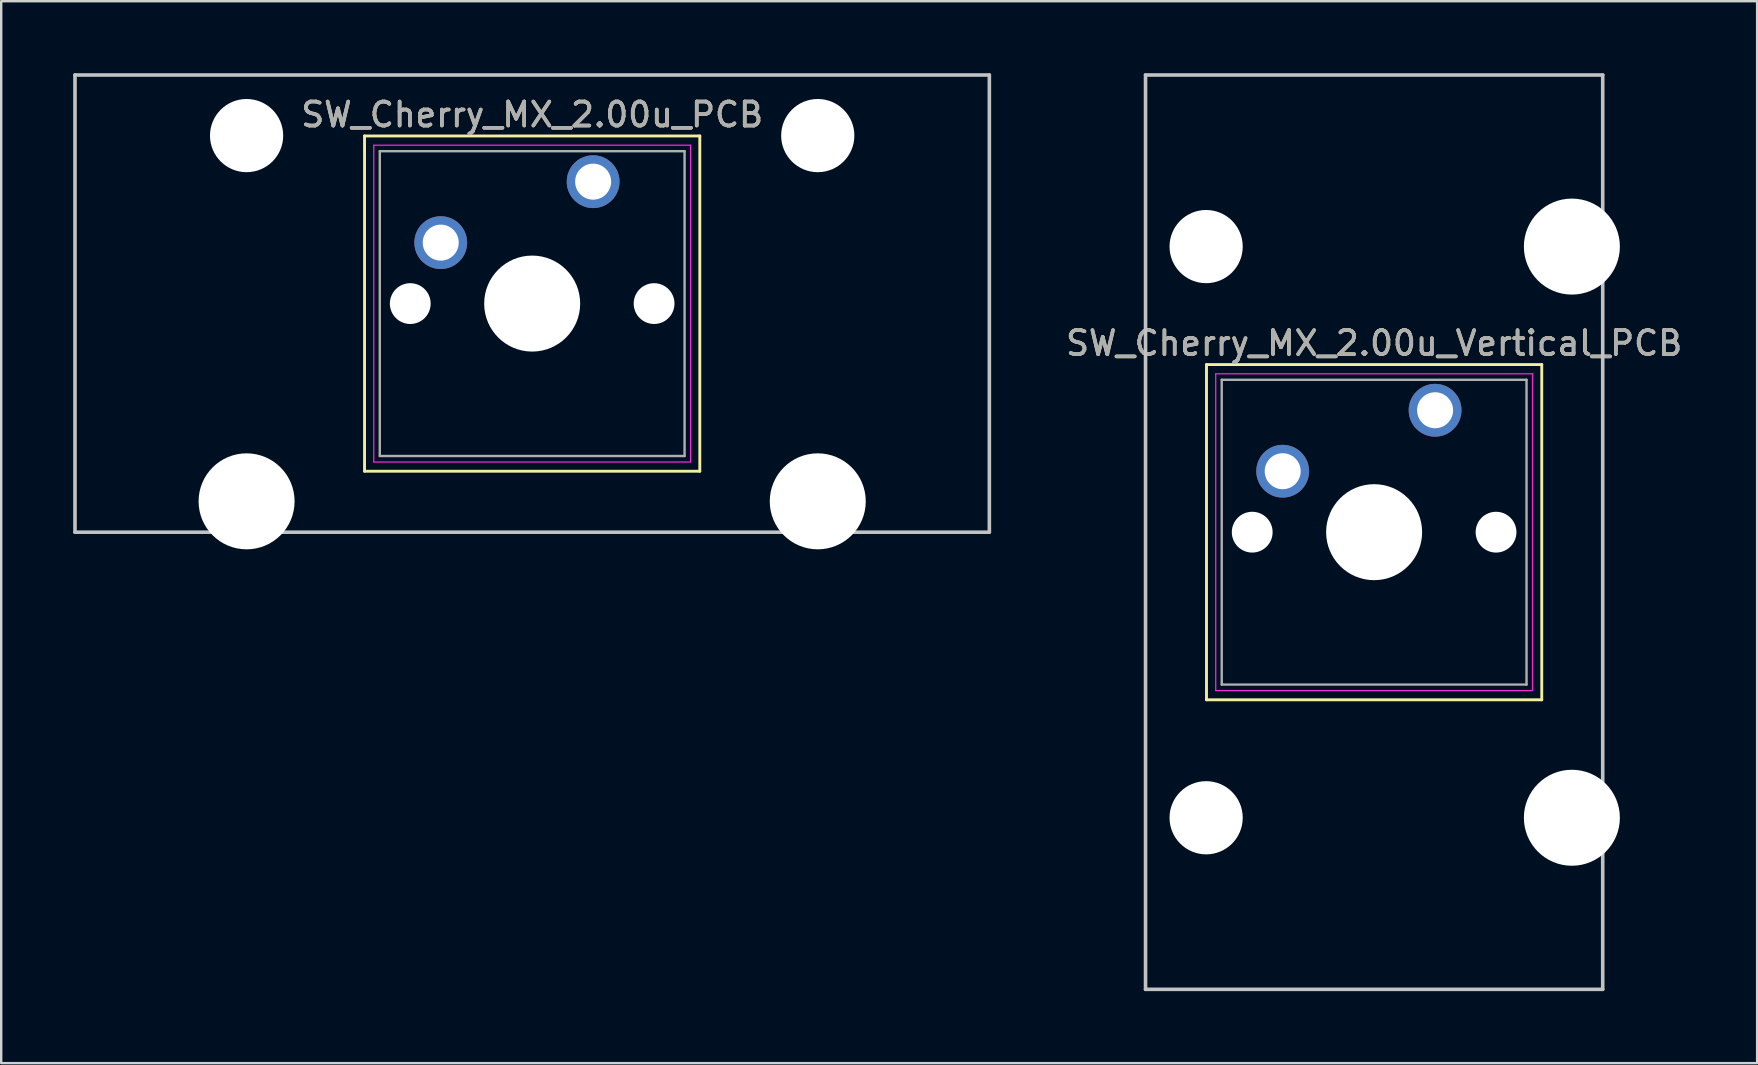
<source format=kicad_pcb>
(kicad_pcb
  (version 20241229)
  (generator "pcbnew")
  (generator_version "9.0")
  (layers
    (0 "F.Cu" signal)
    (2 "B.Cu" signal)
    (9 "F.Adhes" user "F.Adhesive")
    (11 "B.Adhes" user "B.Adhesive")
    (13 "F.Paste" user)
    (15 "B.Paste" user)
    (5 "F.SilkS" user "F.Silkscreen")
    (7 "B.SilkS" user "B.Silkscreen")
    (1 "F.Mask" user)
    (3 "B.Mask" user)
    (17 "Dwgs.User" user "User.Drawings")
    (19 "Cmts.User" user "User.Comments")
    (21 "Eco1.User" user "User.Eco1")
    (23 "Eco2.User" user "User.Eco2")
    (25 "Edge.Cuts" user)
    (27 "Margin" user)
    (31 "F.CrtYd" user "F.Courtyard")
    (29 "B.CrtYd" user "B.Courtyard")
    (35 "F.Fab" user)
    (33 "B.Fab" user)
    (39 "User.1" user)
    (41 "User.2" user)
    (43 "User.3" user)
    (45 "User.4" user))
  (footprint "SW_Cherry_MX_2.00u_PCB"
    (layer "F.Cu")
    (at 21.665 4.52)
    (property "Reference" "SW_Cherry_MX_2.00u_PCB" (at -2.54 -2.794 0) (layer "F.SilkS") (effects (font (size 1 1) (thickness 0.15))))
    (attr through_hole)
    (fp_line (start -9.525 -1.905) (end 4.445 -1.905) (stroke (width 0.12) (type solid)) (layer "F.SilkS"))
    (fp_line (start -9.525 12.065) (end -9.525 -1.905) (stroke (width 0.12) (type solid)) (layer "F.SilkS"))
    (fp_line (start 4.445 -1.905) (end 4.445 12.065) (stroke (width 0.12) (type solid)) (layer "F.SilkS"))
    (fp_line (start 4.445 12.065) (end -9.525 12.065) (stroke (width 0.12) (type solid)) (layer "F.SilkS"))
    (fp_line (start -21.59 -4.445) (end 16.51 -4.445) (stroke (width 0.15) (type solid)) (layer "Dwgs.User"))
    (fp_line (start -21.59 14.605) (end -21.59 -4.445) (stroke (width 0.15) (type solid)) (layer "Dwgs.User"))
    (fp_line (start 16.51 -4.445) (end 16.51 14.605) (stroke (width 0.15) (type solid)) (layer "Dwgs.User"))
    (fp_line (start 16.51 14.605) (end -21.59 14.605) (stroke (width 0.15) (type solid)) (layer "Dwgs.User"))
    (fp_line (start -9.14 -1.52) (end 4.06 -1.52) (stroke (width 0.05) (type solid)) (layer "F.CrtYd"))
    (fp_line (start -9.14 11.68) (end -9.14 -1.52) (stroke (width 0.05) (type solid)) (layer "F.CrtYd"))
    (fp_line (start 4.06 -1.52) (end 4.06 11.68) (stroke (width 0.05) (type solid)) (layer "F.CrtYd"))
    (fp_line (start 4.06 11.68) (end -9.14 11.68) (stroke (width 0.05) (type solid)) (layer "F.CrtYd"))
    (fp_line (start -8.89 -1.27) (end 3.81 -1.27) (stroke (width 0.1) (type solid)) (layer "F.Fab"))
    (fp_line (start -8.89 11.43) (end -8.89 -1.27) (stroke (width 0.1) (type solid)) (layer "F.Fab"))
    (fp_line (start 3.81 -1.27) (end 3.81 11.43) (stroke (width 0.1) (type solid)) (layer "F.Fab"))
    (fp_line (start 3.81 11.43) (end -8.89 11.43) (stroke (width 0.1) (type solid)) (layer "F.Fab"))
    (fp_text user "${REFERENCE}" (at -2.54 -2.794 0) (layer "F.Fab") (effects (font (size 1 1) (thickness 0.15))))
    (pad "" np_thru_hole circle (at -14.44 -1.92) (size 3.05 3.05) (drill 3.05) (layers "*.Cu" "*.Mask"))
    (pad "" np_thru_hole circle (at -14.44 13.32) (size 4 4) (drill 4) (layers "*.Cu" "*.Mask"))
    (pad "" np_thru_hole circle (at -7.62 5.08) (size 1.7 1.7) (drill 1.7) (layers "*.Cu" "*.Mask"))
    (pad "" np_thru_hole circle (at -2.54 5.08) (size 4 4) (drill 4) (layers "*.Cu" "*.Mask"))
    (pad "" np_thru_hole circle (at 2.54 5.08) (size 1.7 1.7) (drill 1.7) (layers "*.Cu" "*.Mask"))
    (pad "" np_thru_hole circle (at 9.36 -1.92) (size 3.05 3.05) (drill 3.05) (layers "*.Cu" "*.Mask"))
    (pad "" np_thru_hole circle (at 9.36 13.32) (size 4 4) (drill 4) (layers "*.Cu" "*.Mask"))
    (pad "1" thru_hole circle (at 0 0) (size 2.2 2.2) (drill 1.5) (layers "*.Cu" "*.Mask"))
    (pad "2" thru_hole circle (at -6.35 2.54) (size 2.2 2.2) (drill 1.5) (layers "*.Cu" "*.Mask")))
  (footprint "SW_Cherry_MX_2.00u_Vertical_PCB"
    (layer "F.Cu")
    (at 56.748 14.045)
    (property "Reference" "SW_Cherry_MX_2.00u_Vertical_PCB" (at -2.54 -2.794 0) (layer "F.SilkS") (effects (font (size 1 1) (thickness 0.15))))
    (attr through_hole)
    (fp_line (start -9.525 -1.905) (end 4.445 -1.905) (stroke (width 0.12) (type solid)) (layer "F.SilkS"))
    (fp_line (start -9.525 12.065) (end -9.525 -1.905) (stroke (width 0.12) (type solid)) (layer "F.SilkS"))
    (fp_line (start 4.445 -1.905) (end 4.445 12.065) (stroke (width 0.12) (type solid)) (layer "F.SilkS"))
    (fp_line (start 4.445 12.065) (end -9.525 12.065) (stroke (width 0.12) (type solid)) (layer "F.SilkS"))
    (fp_line (start -12.065 -13.97) (end 6.985 -13.97) (stroke (width 0.15) (type solid)) (layer "Dwgs.User"))
    (fp_line (start -12.065 24.13) (end -12.065 -13.97) (stroke (width 0.15) (type solid)) (layer "Dwgs.User"))
    (fp_line (start 6.985 -13.97) (end 6.985 24.13) (stroke (width 0.15) (type solid)) (layer "Dwgs.User"))
    (fp_line (start 6.985 24.13) (end -12.065 24.13) (stroke (width 0.15) (type solid)) (layer "Dwgs.User"))
    (fp_line (start -9.14 -1.52) (end 4.06 -1.52) (stroke (width 0.05) (type solid)) (layer "F.CrtYd"))
    (fp_line (start -9.14 11.68) (end -9.14 -1.52) (stroke (width 0.05) (type solid)) (layer "F.CrtYd"))
    (fp_line (start 4.06 -1.52) (end 4.06 11.68) (stroke (width 0.05) (type solid)) (layer "F.CrtYd"))
    (fp_line (start 4.06 11.68) (end -9.14 11.68) (stroke (width 0.05) (type solid)) (layer "F.CrtYd"))
    (fp_line (start -8.89 -1.27) (end 3.81 -1.27) (stroke (width 0.1) (type solid)) (layer "F.Fab"))
    (fp_line (start -8.89 11.43) (end -8.89 -1.27) (stroke (width 0.1) (type solid)) (layer "F.Fab"))
    (fp_line (start 3.81 -1.27) (end 3.81 11.43) (stroke (width 0.1) (type solid)) (layer "F.Fab"))
    (fp_line (start 3.81 11.43) (end -8.89 11.43) (stroke (width 0.1) (type solid)) (layer "F.Fab"))
    (fp_text user "${REFERENCE}" (at -2.54 -2.794 0) (layer "F.Fab") (effects (font (size 1 1) (thickness 0.15))))
    (pad "" np_thru_hole circle (at -9.54 -6.82) (size 3.05 3.05) (drill 3.05) (layers "*.Cu" "*.Mask"))
    (pad "" np_thru_hole circle (at -9.54 16.98) (size 3.05 3.05) (drill 3.05) (layers "*.Cu" "*.Mask"))
    (pad "" np_thru_hole circle (at -7.62 5.08) (size 1.7 1.7) (drill 1.7) (layers "*.Cu" "*.Mask"))
    (pad "" np_thru_hole circle (at -2.54 5.08) (size 4 4) (drill 4) (layers "*.Cu" "*.Mask"))
    (pad "" np_thru_hole circle (at 2.54 5.08) (size 1.7 1.7) (drill 1.7) (layers "*.Cu" "*.Mask"))
    (pad "" np_thru_hole circle (at 5.7 -6.82) (size 4 4) (drill 4) (layers "*.Cu" "*.Mask"))
    (pad "" np_thru_hole circle (at 5.7 16.98) (size 4 4) (drill 4) (layers "*.Cu" "*.Mask"))
    (pad "1" thru_hole circle (at 0 0) (size 2.2 2.2) (drill 1.5) (layers "*.Cu" "*.Mask"))
    (pad "2" thru_hole circle (at -6.35 2.54) (size 2.2 2.2) (drill 1.5) (layers "*.Cu" "*.Mask")))
  (gr_rect
    (start -3 -3)
    (end 70.167 41.25)
    (stroke (width 0.1) (type default))
    (fill no)
    (layer "Edge.Cuts")))
</source>
